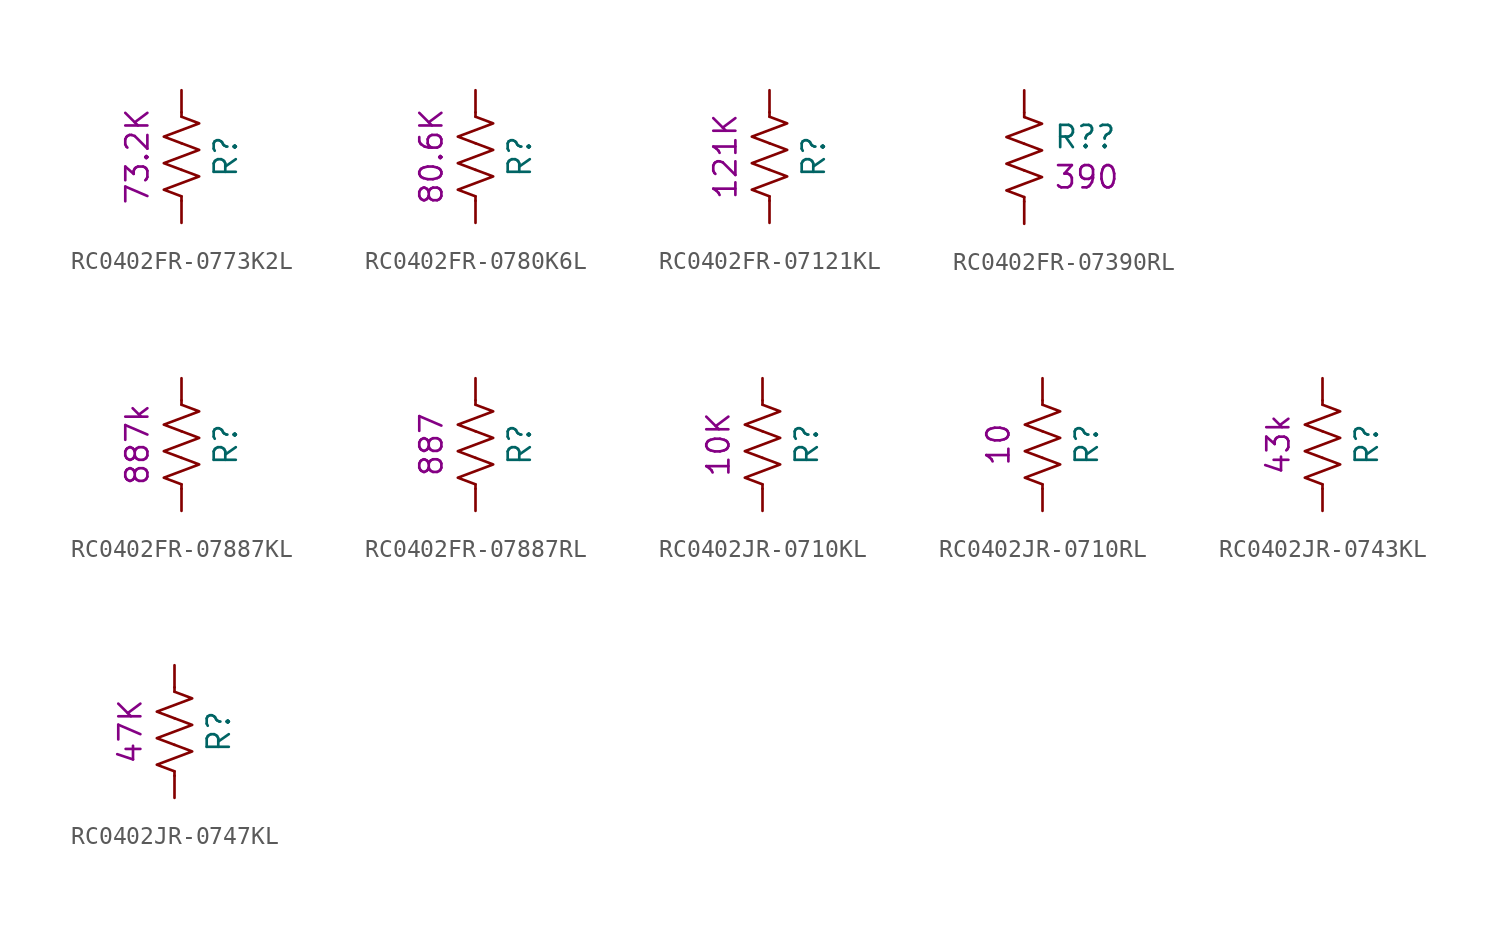
<source format=kicad_sym>
(kicad_symbol_lib
  (version 20201005)
  (generator kicad_symbol_editor)
  (symbol "mte_usb_hub:RC0402FR-0773K2L"
    (pin_numbers hide)
    (pin_names
      (offset 0))
    (property "Reference" "R"
      (at 2.54 0 90)
      (effects (font (size 1.27 1.27))))
    (property "id" "73.2K"
      (at -2.54 0 90)
      (effects (font (size 1.27 1.27))))
    (symbol "RC0402FR-0773K2L_0_1"
      (polyline (pts (xy 0 -2.286) (xy 0 -2.54)) (stroke (width 0)) (fill (type none)))
      (polyline (pts (xy 0 2.286) (xy 0 2.54)) (stroke (width 0)) (fill (type none)))
      (polyline (pts (xy 0 -0.762) (xy 1.016 -1.143) (xy 0 -1.524) (xy -1.016 -1.905) (xy 0 -2.286)) (stroke (width 0)) (fill (type none)))
      (polyline (pts (xy 0 0.762) (xy 1.016 0.381) (xy 0 0) (xy -1.016 -0.381) (xy 0 -0.762)) (stroke (width 0)) (fill (type none)))
      (polyline (pts (xy 0 2.286) (xy 1.016 1.905) (xy 0 1.524) (xy -1.016 1.143) (xy 0 0.762)) (stroke (width 0)) (fill (type none))))
    (symbol "RC0402FR-0773K2L_1_1"
      (pin passive line (at 0 3.81 270) (length 1.27) (name "~" (effects (font (size 1.27 1.27)))) (number "1" (effects (font (size 1.27 1.27)))))
      (pin passive line (at 0 -3.81 90) (length 1.27) (name "~" (effects (font (size 1.27 1.27)))) (number "2" (effects (font (size 1.27 1.27)))))))
  (symbol "mte_usb_hub:RC0402FR-0780K6L"
    (pin_numbers hide)
    (pin_names
      (offset 0))
    (property "Reference" "R"
      (at 2.54 0 90)
      (effects (font (size 1.27 1.27))))
    (property "id" "80.6K"
      (at -2.54 0 90)
      (effects (font (size 1.27 1.27))))
    (symbol "RC0402FR-0780K6L_0_1"
      (polyline (pts (xy 0 -2.286) (xy 0 -2.54)) (stroke (width 0)) (fill (type none)))
      (polyline (pts (xy 0 2.286) (xy 0 2.54)) (stroke (width 0)) (fill (type none)))
      (polyline (pts (xy 0 -0.762) (xy 1.016 -1.143) (xy 0 -1.524) (xy -1.016 -1.905) (xy 0 -2.286)) (stroke (width 0)) (fill (type none)))
      (polyline (pts (xy 0 0.762) (xy 1.016 0.381) (xy 0 0) (xy -1.016 -0.381) (xy 0 -0.762)) (stroke (width 0)) (fill (type none)))
      (polyline (pts (xy 0 2.286) (xy 1.016 1.905) (xy 0 1.524) (xy -1.016 1.143) (xy 0 0.762)) (stroke (width 0)) (fill (type none))))
    (symbol "RC0402FR-0780K6L_1_1"
      (pin passive line (at 0 3.81 270) (length 1.27) (name "~" (effects (font (size 1.27 1.27)))) (number "1" (effects (font (size 1.27 1.27)))))
      (pin passive line (at 0 -3.81 90) (length 1.27) (name "~" (effects (font (size 1.27 1.27)))) (number "2" (effects (font (size 1.27 1.27)))))))
  (symbol "mte_usb_hub:RC0402FR-07121KL"
    (pin_numbers hide)
    (pin_names
      (offset 0))
    (property "Reference" "R"
      (at 2.54 0 90)
      (effects (font (size 1.27 1.27))))
    (property "id" "121K"
      (at -2.54 0 90)
      (effects (font (size 1.27 1.27))))
    (symbol "RC0402FR-07121KL_0_1"
      (polyline (pts (xy 0 -2.286) (xy 0 -2.54)) (stroke (width 0)) (fill (type none)))
      (polyline (pts (xy 0 2.286) (xy 0 2.54)) (stroke (width 0)) (fill (type none)))
      (polyline (pts (xy 0 -0.762) (xy 1.016 -1.143) (xy 0 -1.524) (xy -1.016 -1.905) (xy 0 -2.286)) (stroke (width 0)) (fill (type none)))
      (polyline (pts (xy 0 0.762) (xy 1.016 0.381) (xy 0 0) (xy -1.016 -0.381) (xy 0 -0.762)) (stroke (width 0)) (fill (type none)))
      (polyline (pts (xy 0 2.286) (xy 1.016 1.905) (xy 0 1.524) (xy -1.016 1.143) (xy 0 0.762)) (stroke (width 0)) (fill (type none))))
    (symbol "RC0402FR-07121KL_1_1"
      (pin passive line (at 0 3.81 270) (length 1.27) (name "~" (effects (font (size 1.27 1.27)))) (number "1" (effects (font (size 1.27 1.27)))))
      (pin passive line (at 0 -3.81 90) (length 1.27) (name "~" (effects (font (size 1.27 1.27)))) (number "2" (effects (font (size 1.27 1.27)))))))
  (symbol "mte_usb_hub:RC0402FR-07390RL"
    (pin_numbers hide)
    (pin_names
      (offset 0))
    (property "Reference" "R?"
      (at 1.651 1.149 0)
      (effects (font (size 1.27 1.27)) (justify left)))
    (property "id" "390"
      (at 1.651 -1.149 0)
      (effects (font (size 1.27 1.27)) (justify left)))
    (symbol "RC0402FR-07390RL_0_1"
      (polyline (pts (xy 0 -2.286) (xy 0 -2.54)) (stroke (width 0)) (fill (type none)))
      (polyline (pts (xy 0 2.286) (xy 0 2.54)) (stroke (width 0)) (fill (type none)))
      (polyline (pts (xy 0 -0.762) (xy 1.016 -1.143) (xy 0 -1.524) (xy -1.016 -1.905) (xy 0 -2.286)) (stroke (width 0)) (fill (type none)))
      (polyline (pts (xy 0 0.762) (xy 1.016 0.381) (xy 0 0) (xy -1.016 -0.381) (xy 0 -0.762)) (stroke (width 0)) (fill (type none)))
      (polyline (pts (xy 0 2.286) (xy 1.016 1.905) (xy 0 1.524) (xy -1.016 1.143) (xy 0 0.762)) (stroke (width 0)) (fill (type none))))
    (symbol "RC0402FR-07390RL_1_1"
      (pin passive line (at 0 3.81 270) (length 1.27) (name "~" (effects (font (size 1.27 1.27)))) (number "1" (effects (font (size 1.27 1.27)))))
      (pin passive line (at 0 -3.81 90) (length 1.27) (name "~" (effects (font (size 1.27 1.27)))) (number "2" (effects (font (size 1.27 1.27)))))))
  (symbol "mte_usb_hub:RC0402FR-07887KL"
    (pin_numbers hide)
    (pin_names
      (offset 0))
    (property "Reference" "R"
      (at 2.54 0 90)
      (effects (font (size 1.27 1.27))))
    (property "id" "887k"
      (at -2.54 0 90)
      (effects (font (size 1.27 1.27))))
    (symbol "RC0402FR-07887KL_0_1"
      (polyline (pts (xy 0 -2.286) (xy 0 -2.54)) (stroke (width 0)) (fill (type none)))
      (polyline (pts (xy 0 2.286) (xy 0 2.54)) (stroke (width 0)) (fill (type none)))
      (polyline (pts (xy 0 -0.762) (xy 1.016 -1.143) (xy 0 -1.524) (xy -1.016 -1.905) (xy 0 -2.286)) (stroke (width 0)) (fill (type none)))
      (polyline (pts (xy 0 0.762) (xy 1.016 0.381) (xy 0 0) (xy -1.016 -0.381) (xy 0 -0.762)) (stroke (width 0)) (fill (type none)))
      (polyline (pts (xy 0 2.286) (xy 1.016 1.905) (xy 0 1.524) (xy -1.016 1.143) (xy 0 0.762)) (stroke (width 0)) (fill (type none))))
    (symbol "RC0402FR-07887KL_1_1"
      (pin passive line (at 0 3.81 270) (length 1.27) (name "~" (effects (font (size 1.27 1.27)))) (number "1" (effects (font (size 1.27 1.27)))))
      (pin passive line (at 0 -3.81 90) (length 1.27) (name "~" (effects (font (size 1.27 1.27)))) (number "2" (effects (font (size 1.27 1.27)))))))
  (symbol "mte_usb_hub:RC0402FR-07887RL"
    (pin_numbers hide)
    (pin_names
      (offset 0))
    (property "Reference" "R"
      (at 2.54 0 90)
      (effects (font (size 1.27 1.27))))
    (property "id" "887"
      (at -2.54 0 90)
      (effects (font (size 1.27 1.27))))
    (symbol "RC0402FR-07887RL_0_1"
      (polyline (pts (xy 0 -2.286) (xy 0 -2.54)) (stroke (width 0)) (fill (type none)))
      (polyline (pts (xy 0 2.286) (xy 0 2.54)) (stroke (width 0)) (fill (type none)))
      (polyline (pts (xy 0 -0.762) (xy 1.016 -1.143) (xy 0 -1.524) (xy -1.016 -1.905) (xy 0 -2.286)) (stroke (width 0)) (fill (type none)))
      (polyline (pts (xy 0 0.762) (xy 1.016 0.381) (xy 0 0) (xy -1.016 -0.381) (xy 0 -0.762)) (stroke (width 0)) (fill (type none)))
      (polyline (pts (xy 0 2.286) (xy 1.016 1.905) (xy 0 1.524) (xy -1.016 1.143) (xy 0 0.762)) (stroke (width 0)) (fill (type none))))
    (symbol "RC0402FR-07887RL_1_1"
      (pin passive line (at 0 3.81 270) (length 1.27) (name "~" (effects (font (size 1.27 1.27)))) (number "1" (effects (font (size 1.27 1.27)))))
      (pin passive line (at 0 -3.81 90) (length 1.27) (name "~" (effects (font (size 1.27 1.27)))) (number "2" (effects (font (size 1.27 1.27)))))))
  (symbol "mte_usb_hub:RC0402JR-0710KL"
    (pin_numbers hide)
    (pin_names
      (offset 0))
    (property "Reference" "R"
      (at 2.54 0 90)
      (effects (font (size 1.27 1.27))))
    (property "id" "10K"
      (at -2.54 0 90)
      (effects (font (size 1.27 1.27))))
    (symbol "RC0402JR-0710KL_0_1"
      (polyline (pts (xy 0 -2.286) (xy 0 -2.54)) (stroke (width 0)) (fill (type none)))
      (polyline (pts (xy 0 2.286) (xy 0 2.54)) (stroke (width 0)) (fill (type none)))
      (polyline (pts (xy 0 -0.762) (xy 1.016 -1.143) (xy 0 -1.524) (xy -1.016 -1.905) (xy 0 -2.286)) (stroke (width 0)) (fill (type none)))
      (polyline (pts (xy 0 0.762) (xy 1.016 0.381) (xy 0 0) (xy -1.016 -0.381) (xy 0 -0.762)) (stroke (width 0)) (fill (type none)))
      (polyline (pts (xy 0 2.286) (xy 1.016 1.905) (xy 0 1.524) (xy -1.016 1.143) (xy 0 0.762)) (stroke (width 0)) (fill (type none))))
    (symbol "RC0402JR-0710KL_1_1"
      (pin passive line (at 0 3.81 270) (length 1.27) (name "~" (effects (font (size 1.27 1.27)))) (number "1" (effects (font (size 1.27 1.27)))))
      (pin passive line (at 0 -3.81 90) (length 1.27) (name "~" (effects (font (size 1.27 1.27)))) (number "2" (effects (font (size 1.27 1.27)))))))
  (symbol "mte_usb_hub:RC0402JR-0710RL"
    (pin_numbers hide)
    (pin_names
      (offset 0))
    (property "Reference" "R"
      (at 2.54 0 90)
      (effects (font (size 1.27 1.27))))
    (property "id" "10"
      (at -2.54 0 90)
      (effects (font (size 1.27 1.27))))
    (symbol "RC0402JR-0710RL_0_1"
      (polyline (pts (xy 0 -2.286) (xy 0 -2.54)) (stroke (width 0)) (fill (type none)))
      (polyline (pts (xy 0 2.286) (xy 0 2.54)) (stroke (width 0)) (fill (type none)))
      (polyline (pts (xy 0 -0.762) (xy 1.016 -1.143) (xy 0 -1.524) (xy -1.016 -1.905) (xy 0 -2.286)) (stroke (width 0)) (fill (type none)))
      (polyline (pts (xy 0 0.762) (xy 1.016 0.381) (xy 0 0) (xy -1.016 -0.381) (xy 0 -0.762)) (stroke (width 0)) (fill (type none)))
      (polyline (pts (xy 0 2.286) (xy 1.016 1.905) (xy 0 1.524) (xy -1.016 1.143) (xy 0 0.762)) (stroke (width 0)) (fill (type none))))
    (symbol "RC0402JR-0710RL_1_1"
      (pin passive line (at 0 3.81 270) (length 1.27) (name "~" (effects (font (size 1.27 1.27)))) (number "1" (effects (font (size 1.27 1.27)))))
      (pin passive line (at 0 -3.81 90) (length 1.27) (name "~" (effects (font (size 1.27 1.27)))) (number "2" (effects (font (size 1.27 1.27)))))))
  (symbol "mte_usb_hub:RC0402JR-0743KL"
    (pin_numbers hide)
    (pin_names
      (offset 0))
    (property "Reference" "R"
      (at 2.54 0 90)
      (effects (font (size 1.27 1.27))))
    (property "id" "43k"
      (at -2.54 0 90)
      (effects (font (size 1.27 1.27))))
    (symbol "RC0402JR-0743KL_0_1"
      (polyline (pts (xy 0 -2.286) (xy 0 -2.54)) (stroke (width 0)) (fill (type none)))
      (polyline (pts (xy 0 2.286) (xy 0 2.54)) (stroke (width 0)) (fill (type none)))
      (polyline (pts (xy 0 -0.762) (xy 1.016 -1.143) (xy 0 -1.524) (xy -1.016 -1.905) (xy 0 -2.286)) (stroke (width 0)) (fill (type none)))
      (polyline (pts (xy 0 0.762) (xy 1.016 0.381) (xy 0 0) (xy -1.016 -0.381) (xy 0 -0.762)) (stroke (width 0)) (fill (type none)))
      (polyline (pts (xy 0 2.286) (xy 1.016 1.905) (xy 0 1.524) (xy -1.016 1.143) (xy 0 0.762)) (stroke (width 0)) (fill (type none))))
    (symbol "RC0402JR-0743KL_1_1"
      (pin passive line (at 0 3.81 270) (length 1.27) (name "~" (effects (font (size 1.27 1.27)))) (number "1" (effects (font (size 1.27 1.27)))))
      (pin passive line (at 0 -3.81 90) (length 1.27) (name "~" (effects (font (size 1.27 1.27)))) (number "2" (effects (font (size 1.27 1.27)))))))
  (symbol "mte_usb_hub:RC0402JR-0747KL"
    (pin_numbers hide)
    (pin_names
      (offset 0))
    (property "Reference" "R"
      (at 2.54 0 90)
      (effects (font (size 1.27 1.27))))
    (property "id" "47K"
      (at -2.54 0 90)
      (effects (font (size 1.27 1.27))))
    (symbol "RC0402JR-0747KL_0_1"
      (polyline (pts (xy 0 -2.286) (xy 0 -2.54)) (stroke (width 0)) (fill (type none)))
      (polyline (pts (xy 0 2.286) (xy 0 2.54)) (stroke (width 0)) (fill (type none)))
      (polyline (pts (xy 0 -0.762) (xy 1.016 -1.143) (xy 0 -1.524) (xy -1.016 -1.905) (xy 0 -2.286)) (stroke (width 0)) (fill (type none)))
      (polyline (pts (xy 0 0.762) (xy 1.016 0.381) (xy 0 0) (xy -1.016 -0.381) (xy 0 -0.762)) (stroke (width 0)) (fill (type none)))
      (polyline (pts (xy 0 2.286) (xy 1.016 1.905) (xy 0 1.524) (xy -1.016 1.143) (xy 0 0.762)) (stroke (width 0)) (fill (type none))))
    (symbol "RC0402JR-0747KL_1_1"
      (pin passive line (at 0 3.81 270) (length 1.27) (name "~" (effects (font (size 1.27 1.27)))) (number "1" (effects (font (size 1.27 1.27)))))
      (pin passive line (at 0 -3.81 90) (length 1.27) (name "~" (effects (font (size 1.27 1.27)))) (number "2" (effects (font (size 1.27 1.27))))))))
</source>
